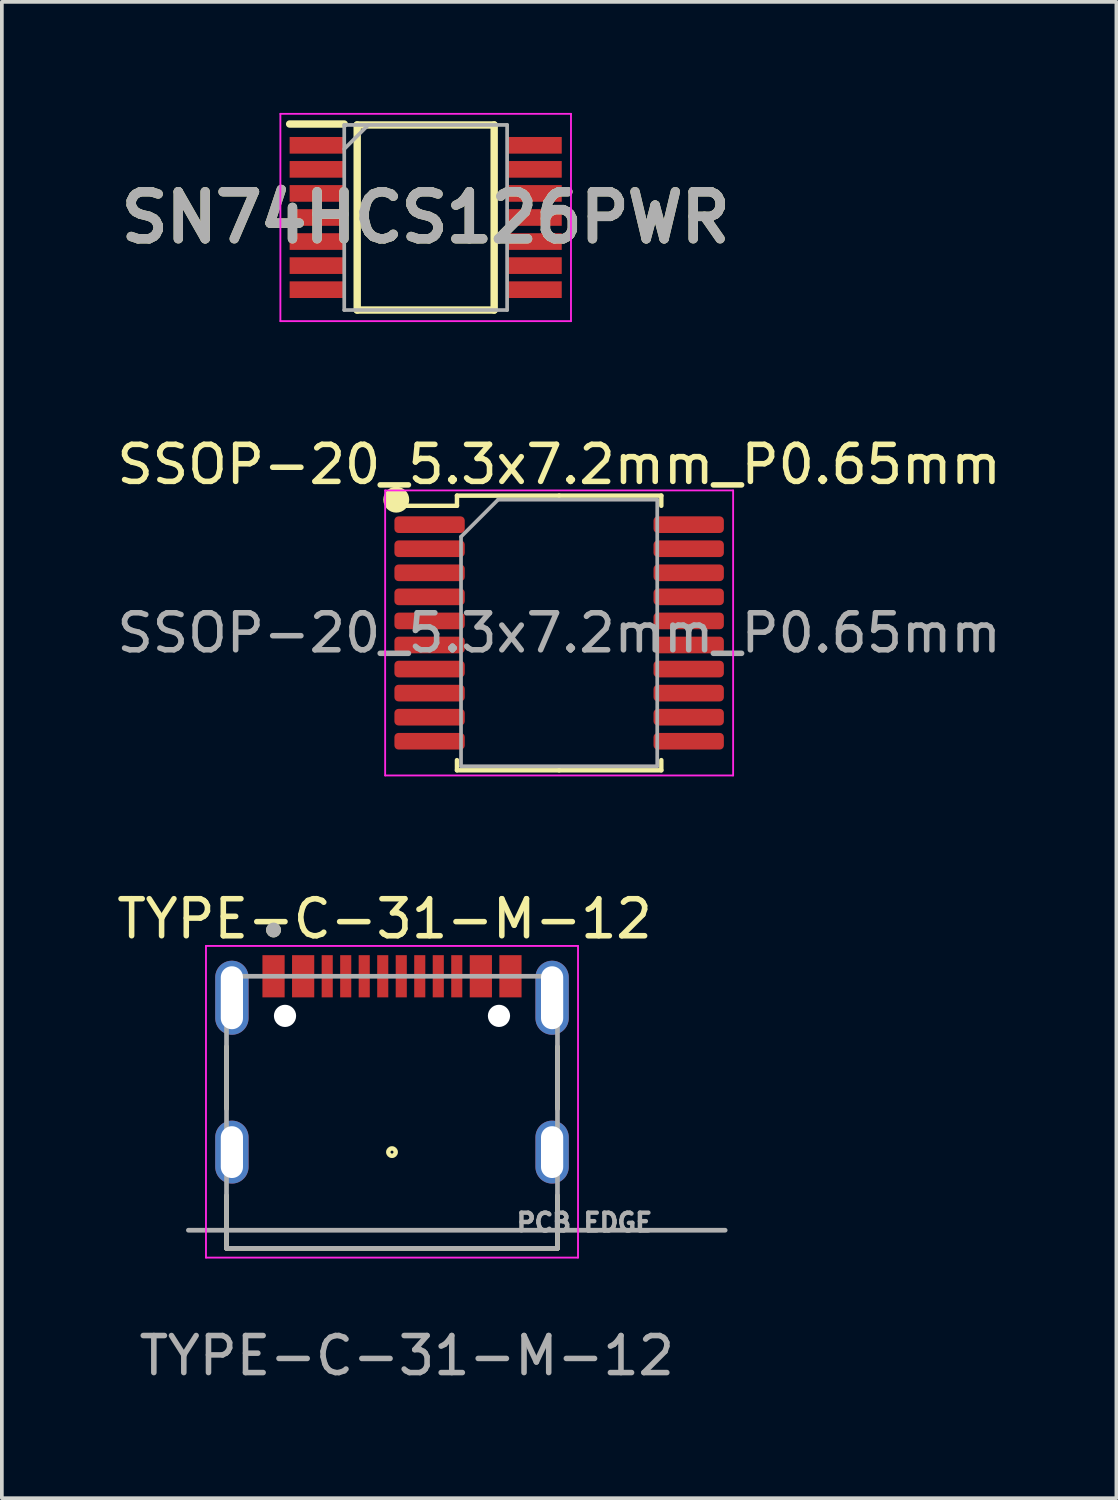
<source format=kicad_pcb>
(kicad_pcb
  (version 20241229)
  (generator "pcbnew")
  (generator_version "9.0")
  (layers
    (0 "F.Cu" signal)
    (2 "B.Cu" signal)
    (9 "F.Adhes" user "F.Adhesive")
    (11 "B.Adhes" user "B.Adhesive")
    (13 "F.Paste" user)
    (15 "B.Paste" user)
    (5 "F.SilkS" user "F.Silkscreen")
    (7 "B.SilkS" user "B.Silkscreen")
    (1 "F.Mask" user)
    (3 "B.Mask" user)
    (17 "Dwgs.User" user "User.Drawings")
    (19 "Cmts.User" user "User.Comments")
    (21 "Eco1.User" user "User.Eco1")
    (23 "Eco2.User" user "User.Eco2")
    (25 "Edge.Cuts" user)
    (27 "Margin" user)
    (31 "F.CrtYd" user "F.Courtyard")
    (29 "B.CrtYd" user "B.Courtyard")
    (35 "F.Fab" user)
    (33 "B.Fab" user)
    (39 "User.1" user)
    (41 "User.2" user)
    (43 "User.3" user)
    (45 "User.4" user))
  (footprint "TYPE-C-31-M-12"
    (layer "F.Cu")
    (at 7.539 28.072)
    (property "Reference" "TYPE-C-31-M-12" (at -0.2 -6.3 0) (unlocked yes) (layer "F.SilkS") (effects (font (size 1 1) (thickness 0.15))))
    (attr through_hole)
    (fp_poly (pts (xy -3.55 -5.37) (xy -2.85 -5.37) (xy -2.85 -4.13) (xy -3.55 -4.13)) (stroke (width 0.01) (type solid)) (fill yes) (layer "F.Mask"))
    (fp_poly (pts (xy -2.75 -5.37) (xy -2.05 -5.37) (xy -2.05 -4.13) (xy -2.75 -4.13)) (stroke (width 0.01) (type solid)) (fill yes) (layer "F.Mask"))
    (fp_poly (pts (xy -1.95 -5.37) (xy -1.55 -5.37) (xy -1.55 -4.13) (xy -1.95 -4.13)) (stroke (width 0.01) (type solid)) (fill yes) (layer "F.Mask"))
    (fp_poly (pts (xy -1.45 -5.37) (xy -1.05 -5.37) (xy -1.05 -4.13) (xy -1.45 -4.13)) (stroke (width 0.01) (type solid)) (fill yes) (layer "F.Mask"))
    (fp_poly (pts (xy -0.95 -5.37) (xy -0.55 -5.37) (xy -0.55 -4.13) (xy -0.95 -4.13)) (stroke (width 0.01) (type solid)) (fill yes) (layer "F.Mask"))
    (fp_poly (pts (xy -0.45 -5.37) (xy -0.05 -5.37) (xy -0.05 -4.13) (xy -0.45 -4.13)) (stroke (width 0.01) (type solid)) (fill yes) (layer "F.Mask"))
    (fp_poly (pts (xy 0.05 -5.37) (xy 0.45 -5.37) (xy 0.45 -4.13) (xy 0.05 -4.13)) (stroke (width 0.01) (type solid)) (fill yes) (layer "F.Mask"))
    (fp_poly (pts (xy 0.55 -5.37) (xy 0.95 -5.37) (xy 0.95 -4.13) (xy 0.55 -4.13)) (stroke (width 0.01) (type solid)) (fill yes) (layer "F.Mask"))
    (fp_poly (pts (xy 1.05 -5.37) (xy 1.45 -5.37) (xy 1.45 -4.13) (xy 1.05 -4.13)) (stroke (width 0.01) (type solid)) (fill yes) (layer "F.Mask"))
    (fp_poly (pts (xy 1.55 -5.37) (xy 1.95 -5.37) (xy 1.95 -4.13) (xy 1.55 -4.13)) (stroke (width 0.01) (type solid)) (fill yes) (layer "F.Mask"))
    (fp_poly (pts (xy 2.05 -5.37) (xy 2.75 -5.37) (xy 2.75 -4.13) (xy 2.05 -4.13)) (stroke (width 0.01) (type solid)) (fill yes) (layer "F.Mask"))
    (fp_poly (pts (xy 2.85 -5.37) (xy 3.55 -5.37) (xy 3.55 -4.13) (xy 2.85 -4.13)) (stroke (width 0.01) (type solid)) (fill yes) (layer "F.Mask"))
    (fp_line (start -4.47 -2.85) (end -4.47 -1.17) (stroke (width 0.127) (type solid)) (layer "F.SilkS"))
    (fp_line (start -4.47 2.6) (end -4.47 1.17) (stroke (width 0.127) (type solid)) (layer "F.SilkS"))
    (fp_line (start -4.47 2.6) (end 4.47 2.6) (stroke (width 0.127) (type solid)) (layer "F.SilkS"))
    (fp_line (start 4.47 -2.85) (end 4.47 -1.17) (stroke (width 0.127) (type solid)) (layer "F.SilkS"))
    (fp_line (start 4.47 2.6) (end 4.47 1.17) (stroke (width 0.127) (type solid)) (layer "F.SilkS"))
    (fp_circle (center -3.2 -6) (end -3.1 -6) (stroke (width 0.2) (type solid)) (fill no) (layer "F.SilkS"))
    (fp_circle (center 0 0) (end -0.1 0) (stroke (width 0.12) (type solid)) (fill no) (layer "F.SilkS"))
    (fp_line (start -5.025 -5.57) (end -5.025 2.85) (stroke (width 0.05) (type solid)) (layer "F.CrtYd"))
    (fp_line (start -5.025 2.85) (end 5.025 2.85) (stroke (width 0.05) (type solid)) (layer "F.CrtYd"))
    (fp_line (start 5.025 -5.57) (end -5.025 -5.57) (stroke (width 0.05) (type solid)) (layer "F.CrtYd"))
    (fp_line (start 5.025 2.85) (end 5.025 -5.57) (stroke (width 0.05) (type solid)) (layer "F.CrtYd"))
    (fp_line (start -5.5 2.11) (end 9 2.11) (stroke (width 0.127) (type solid)) (layer "F.Fab"))
    (fp_line (start -4.47 -4.75) (end -4.47 2.6) (stroke (width 0.127) (type solid)) (layer "F.Fab"))
    (fp_line (start -4.47 2.6) (end 4.47 2.6) (stroke (width 0.127) (type solid)) (layer "F.Fab"))
    (fp_line (start 4.47 -4.75) (end -4.47 -4.75) (stroke (width 0.127) (type solid)) (layer "F.Fab"))
    (fp_line (start 4.47 2.6) (end 4.47 -4.75) (stroke (width 0.127) (type solid)) (layer "F.Fab"))
    (fp_circle (center -3.2 -6) (end -3.1 -6) (stroke (width 0.2) (type solid)) (fill no) (layer "F.Fab"))
    (fp_text user "PCB EDGE" (at 5.2 1.9 0) (layer "F.Fab") (effects (font (size 0.48 0.48) (thickness 0.15))))
    (fp_text user "${REFERENCE}" (at 0.4 5.5 0) (unlocked yes) (layer "F.Fab") (effects (font (size 1 1) (thickness 0.15))))
    (pad "" np_thru_hole circle (at -2.89 -3.68) (size 0.6 0.6) (drill 0.6) (layers "*.Cu" "*.Mask"))
    (pad "" np_thru_hole circle (at 2.89 -3.68) (size 0.6 0.6) (drill 0.6) (layers "*.Cu" "*.Mask"))
    (pad "A1/B12" smd rect (at -3.2 -4.75) (size 0.6 1.14) (layers "F.Cu" "F.Paste"))
    (pad "A4/B9" smd rect (at -2.4 -4.75) (size 0.6 1.14) (layers "F.Cu" "F.Paste"))
    (pad "A5" smd rect (at -1.25 -4.75) (size 0.3 1.14) (layers "F.Cu" "F.Paste"))
    (pad "A6" smd rect (at -0.25 -4.75) (size 0.3 1.14) (layers "F.Cu" "F.Paste"))
    (pad "A7" smd rect (at 0.25 -4.75) (size 0.3 1.14) (layers "F.Cu" "F.Paste"))
    (pad "A8" smd rect (at 1.25 -4.75) (size 0.3 1.14) (layers "F.Cu" "F.Paste"))
    (pad "B1/A12" smd rect (at 3.2 -4.75) (size 0.6 1.14) (layers "F.Cu" "F.Paste"))
    (pad "B4/A9" smd rect (at 2.4 -4.75) (size 0.6 1.14) (layers "F.Cu" "F.Paste"))
    (pad "B5" smd rect (at 1.75 -4.75) (size 0.3 1.14) (layers "F.Cu" "F.Paste"))
    (pad "B6" smd rect (at 0.75 -4.75) (size 0.3 1.14) (layers "F.Cu" "F.Paste"))
    (pad "B7" smd rect (at -0.75 -4.75) (size 0.3 1.14) (layers "F.Cu" "F.Paste"))
    (pad "B8" smd rect (at -1.75 -4.75) (size 0.3 1.14) (layers "F.Cu" "F.Paste"))
    (pad "S1" thru_hole oval (at -4.325 -4.17) (size 0.9 2) (drill oval 0.6 1.7) (layers "*.Cu" "*.Mask"))
    (pad "S2" thru_hole oval (at 4.325 -4.17) (size 0.9 2) (drill oval 0.6 1.7) (layers "*.Cu" "*.Mask"))
    (pad "S3" thru_hole oval (at -4.325 0) (size 0.9 1.7) (drill oval 0.6 1.4) (layers "*.Cu" "*.Mask"))
    (pad "S4" thru_hole oval (at 4.325 0) (size 0.9 1.7) (drill oval 0.6 1.4) (layers "*.Cu" "*.Mask")))
  (footprint "SN74HCS126PWR"
    (layer "F.Cu")
    (at 8.449 2.825)
    (property "Reference" "SN74HCS126PWR" (at 0 0 0) (layer "F.SilkS") (effects (font (size 1.27 1.27) (thickness 0.254))))
    (attr smd)
    (fp_line (start -3.675 -2.525) (end -2.2 -2.525) (stroke (width 0.2) (type solid)) (layer "F.SilkS"))
    (fp_line (start -1.85 -2.5) (end 1.85 -2.5) (stroke (width 0.2) (type solid)) (layer "F.SilkS"))
    (fp_line (start -1.85 2.5) (end -1.85 -2.5) (stroke (width 0.2) (type solid)) (layer "F.SilkS"))
    (fp_line (start 1.85 -2.5) (end 1.85 2.5) (stroke (width 0.2) (type solid)) (layer "F.SilkS"))
    (fp_line (start 1.85 2.5) (end -1.85 2.5) (stroke (width 0.2) (type solid)) (layer "F.SilkS"))
    (fp_line (start -3.925 -2.8) (end 3.925 -2.8) (stroke (width 0.05) (type solid)) (layer "F.CrtYd"))
    (fp_line (start -3.925 2.8) (end -3.925 -2.8) (stroke (width 0.05) (type solid)) (layer "F.CrtYd"))
    (fp_line (start 3.925 -2.8) (end 3.925 2.8) (stroke (width 0.05) (type solid)) (layer "F.CrtYd"))
    (fp_line (start 3.925 2.8) (end -3.925 2.8) (stroke (width 0.05) (type solid)) (layer "F.CrtYd"))
    (fp_line (start -2.2 -2.5) (end 2.2 -2.5) (stroke (width 0.1) (type solid)) (layer "F.Fab"))
    (fp_line (start -2.2 -1.85) (end -1.55 -2.5) (stroke (width 0.1) (type solid)) (layer "F.Fab"))
    (fp_line (start -2.2 2.5) (end -2.2 -2.5) (stroke (width 0.1) (type solid)) (layer "F.Fab"))
    (fp_line (start 2.2 -2.5) (end 2.2 2.5) (stroke (width 0.1) (type solid)) (layer "F.Fab"))
    (fp_line (start 2.2 2.5) (end -2.2 2.5) (stroke (width 0.1) (type solid)) (layer "F.Fab"))
    (fp_text user "${REFERENCE}" (at 0 0 0) (layer "F.Fab") (effects (font (size 1.27 1.27) (thickness 0.254))))
    (pad "1" smd rect (at -2.938 -1.95 90) (size 0.45 1.475) (layers "F.Cu" "F.Mask" "F.Paste"))
    (pad "2" smd rect (at -2.938 -1.3 90) (size 0.45 1.475) (layers "F.Cu" "F.Mask" "F.Paste"))
    (pad "3" smd rect (at -2.938 -0.65 90) (size 0.45 1.475) (layers "F.Cu" "F.Mask" "F.Paste"))
    (pad "4" smd rect (at -2.938 0 90) (size 0.45 1.475) (layers "F.Cu" "F.Mask" "F.Paste"))
    (pad "5" smd rect (at -2.938 0.65 90) (size 0.45 1.475) (layers "F.Cu" "F.Mask" "F.Paste"))
    (pad "6" smd rect (at -2.938 1.3 90) (size 0.45 1.475) (layers "F.Cu" "F.Mask" "F.Paste"))
    (pad "7" smd rect (at -2.938 1.95 90) (size 0.45 1.475) (layers "F.Cu" "F.Mask" "F.Paste"))
    (pad "8" smd rect (at 2.938 1.95 90) (size 0.45 1.475) (layers "F.Cu" "F.Mask" "F.Paste"))
    (pad "9" smd rect (at 2.938 1.3 90) (size 0.45 1.475) (layers "F.Cu" "F.Mask" "F.Paste"))
    (pad "10" smd rect (at 2.938 0.65 90) (size 0.45 1.475) (layers "F.Cu" "F.Mask" "F.Paste"))
    (pad "11" smd rect (at 2.938 0 90) (size 0.45 1.475) (layers "F.Cu" "F.Mask" "F.Paste"))
    (pad "12" smd rect (at 2.938 -0.65 90) (size 0.45 1.475) (layers "F.Cu" "F.Mask" "F.Paste"))
    (pad "13" smd rect (at 2.938 -1.3 90) (size 0.45 1.475) (layers "F.Cu" "F.Mask" "F.Paste"))
    (pad "14" smd rect (at 2.938 -1.95 90) (size 0.45 1.475) (layers "F.Cu" "F.Mask" "F.Paste")))
  (footprint "SSOP-20_5.3x7.2mm_P0.65mm"
    (layer "F.Cu")
    (at 12.054 14.048)
    (property "Reference" "SSOP-20_5.3x7.2mm_P0.65mm" (at 0 -4.55 0) (layer "F.SilkS") (effects (font (size 1 1) (thickness 0.15))))
    (attr smd)
    (fp_line (start -2.76 -3.71) (end -2.76 -3.435) (stroke (width 0.12) (type solid)) (layer "F.SilkS"))
    (fp_line (start -2.76 -3.435) (end -4.45 -3.435) (stroke (width 0.12) (type solid)) (layer "F.SilkS"))
    (fp_line (start -2.76 3.71) (end -2.76 3.435) (stroke (width 0.12) (type solid)) (layer "F.SilkS"))
    (fp_line (start 0 -3.71) (end -2.76 -3.71) (stroke (width 0.12) (type solid)) (layer "F.SilkS"))
    (fp_line (start 0 -3.71) (end 2.76 -3.71) (stroke (width 0.12) (type solid)) (layer "F.SilkS"))
    (fp_line (start 0 3.71) (end -2.76 3.71) (stroke (width 0.12) (type solid)) (layer "F.SilkS"))
    (fp_line (start 0 3.71) (end 2.76 3.71) (stroke (width 0.12) (type solid)) (layer "F.SilkS"))
    (fp_line (start 2.76 -3.71) (end 2.76 -3.435) (stroke (width 0.12) (type solid)) (layer "F.SilkS"))
    (fp_line (start 2.76 3.71) (end 2.76 3.435) (stroke (width 0.12) (type solid)) (layer "F.SilkS"))
    (fp_circle (center -4.4 -3.6) (end -4.1 -3.6) (stroke (width 0.1) (type solid)) (fill yes) (layer "F.SilkS"))
    (fp_line (start -4.7 -3.85) (end -4.7 3.85) (stroke (width 0.05) (type solid)) (layer "F.CrtYd"))
    (fp_line (start -4.7 3.85) (end 4.7 3.85) (stroke (width 0.05) (type solid)) (layer "F.CrtYd"))
    (fp_line (start 4.7 -3.85) (end -4.7 -3.85) (stroke (width 0.05) (type solid)) (layer "F.CrtYd"))
    (fp_line (start 4.7 3.85) (end 4.7 -3.85) (stroke (width 0.05) (type solid)) (layer "F.CrtYd"))
    (fp_line (start -2.65 -2.6) (end -1.65 -3.6) (stroke (width 0.1) (type solid)) (layer "F.Fab"))
    (fp_line (start -2.65 3.6) (end -2.65 -2.6) (stroke (width 0.1) (type solid)) (layer "F.Fab"))
    (fp_line (start -1.65 -3.6) (end 2.65 -3.6) (stroke (width 0.1) (type solid)) (layer "F.Fab"))
    (fp_line (start 2.65 -3.6) (end 2.65 3.6) (stroke (width 0.1) (type solid)) (layer "F.Fab"))
    (fp_line (start 2.65 3.6) (end -2.65 3.6) (stroke (width 0.1) (type solid)) (layer "F.Fab"))
    (fp_text user "${REFERENCE}" (at 0 0 0) (layer "F.Fab") (effects (font (size 1 1) (thickness 0.15))))
    (pad "1" smd roundrect (at -3.5 -2.925) (size 1.9 0.45) (layers "F.Cu" "F.Mask" "F.Paste") (roundrect_rratio 0.25))
    (pad "2" smd roundrect (at -3.5 -2.275) (size 1.9 0.45) (layers "F.Cu" "F.Mask" "F.Paste") (roundrect_rratio 0.25))
    (pad "3" smd roundrect (at -3.5 -1.625) (size 1.9 0.45) (layers "F.Cu" "F.Mask" "F.Paste") (roundrect_rratio 0.25))
    (pad "4" smd roundrect (at -3.5 -0.975) (size 1.9 0.45) (layers "F.Cu" "F.Mask" "F.Paste") (roundrect_rratio 0.25))
    (pad "5" smd roundrect (at -3.5 -0.325) (size 1.9 0.45) (layers "F.Cu" "F.Mask" "F.Paste") (roundrect_rratio 0.25))
    (pad "6" smd roundrect (at -3.5 0.325) (size 1.9 0.45) (layers "F.Cu" "F.Mask" "F.Paste") (roundrect_rratio 0.25))
    (pad "7" smd roundrect (at -3.5 0.975) (size 1.9 0.45) (layers "F.Cu" "F.Mask" "F.Paste") (roundrect_rratio 0.25))
    (pad "8" smd roundrect (at -3.5 1.625) (size 1.9 0.45) (layers "F.Cu" "F.Mask" "F.Paste") (roundrect_rratio 0.25))
    (pad "9" smd roundrect (at -3.5 2.275) (size 1.9 0.45) (layers "F.Cu" "F.Mask" "F.Paste") (roundrect_rratio 0.25))
    (pad "10" smd roundrect (at -3.5 2.925) (size 1.9 0.45) (layers "F.Cu" "F.Mask" "F.Paste") (roundrect_rratio 0.25))
    (pad "11" smd roundrect (at 3.5 2.925) (size 1.9 0.45) (layers "F.Cu" "F.Mask" "F.Paste") (roundrect_rratio 0.25))
    (pad "12" smd roundrect (at 3.5 2.275) (size 1.9 0.45) (layers "F.Cu" "F.Mask" "F.Paste") (roundrect_rratio 0.25))
    (pad "13" smd roundrect (at 3.5 1.625) (size 1.9 0.45) (layers "F.Cu" "F.Mask" "F.Paste") (roundrect_rratio 0.25))
    (pad "14" smd roundrect (at 3.5 0.975) (size 1.9 0.45) (layers "F.Cu" "F.Mask" "F.Paste") (roundrect_rratio 0.25))
    (pad "15" smd roundrect (at 3.5 0.325) (size 1.9 0.45) (layers "F.Cu" "F.Mask" "F.Paste") (roundrect_rratio 0.25))
    (pad "16" smd roundrect (at 3.5 -0.325) (size 1.9 0.45) (layers "F.Cu" "F.Mask" "F.Paste") (roundrect_rratio 0.25))
    (pad "17" smd roundrect (at 3.5 -0.975) (size 1.9 0.45) (layers "F.Cu" "F.Mask" "F.Paste") (roundrect_rratio 0.25))
    (pad "18" smd roundrect (at 3.5 -1.625) (size 1.9 0.45) (layers "F.Cu" "F.Mask" "F.Paste") (roundrect_rratio 0.25))
    (pad "19" smd roundrect (at 3.5 -2.275) (size 1.9 0.45) (layers "F.Cu" "F.Mask" "F.Paste") (roundrect_rratio 0.25))
    (pad "20" smd roundrect (at 3.5 -2.925) (size 1.9 0.45) (layers "F.Cu" "F.Mask" "F.Paste") (roundrect_rratio 0.25)))
  (gr_rect
    (start -3 -3)
    (end 27.107 37.42)
    (stroke (width 0.1) (type default))
    (fill no)
    (layer "Edge.Cuts")))
</source>
